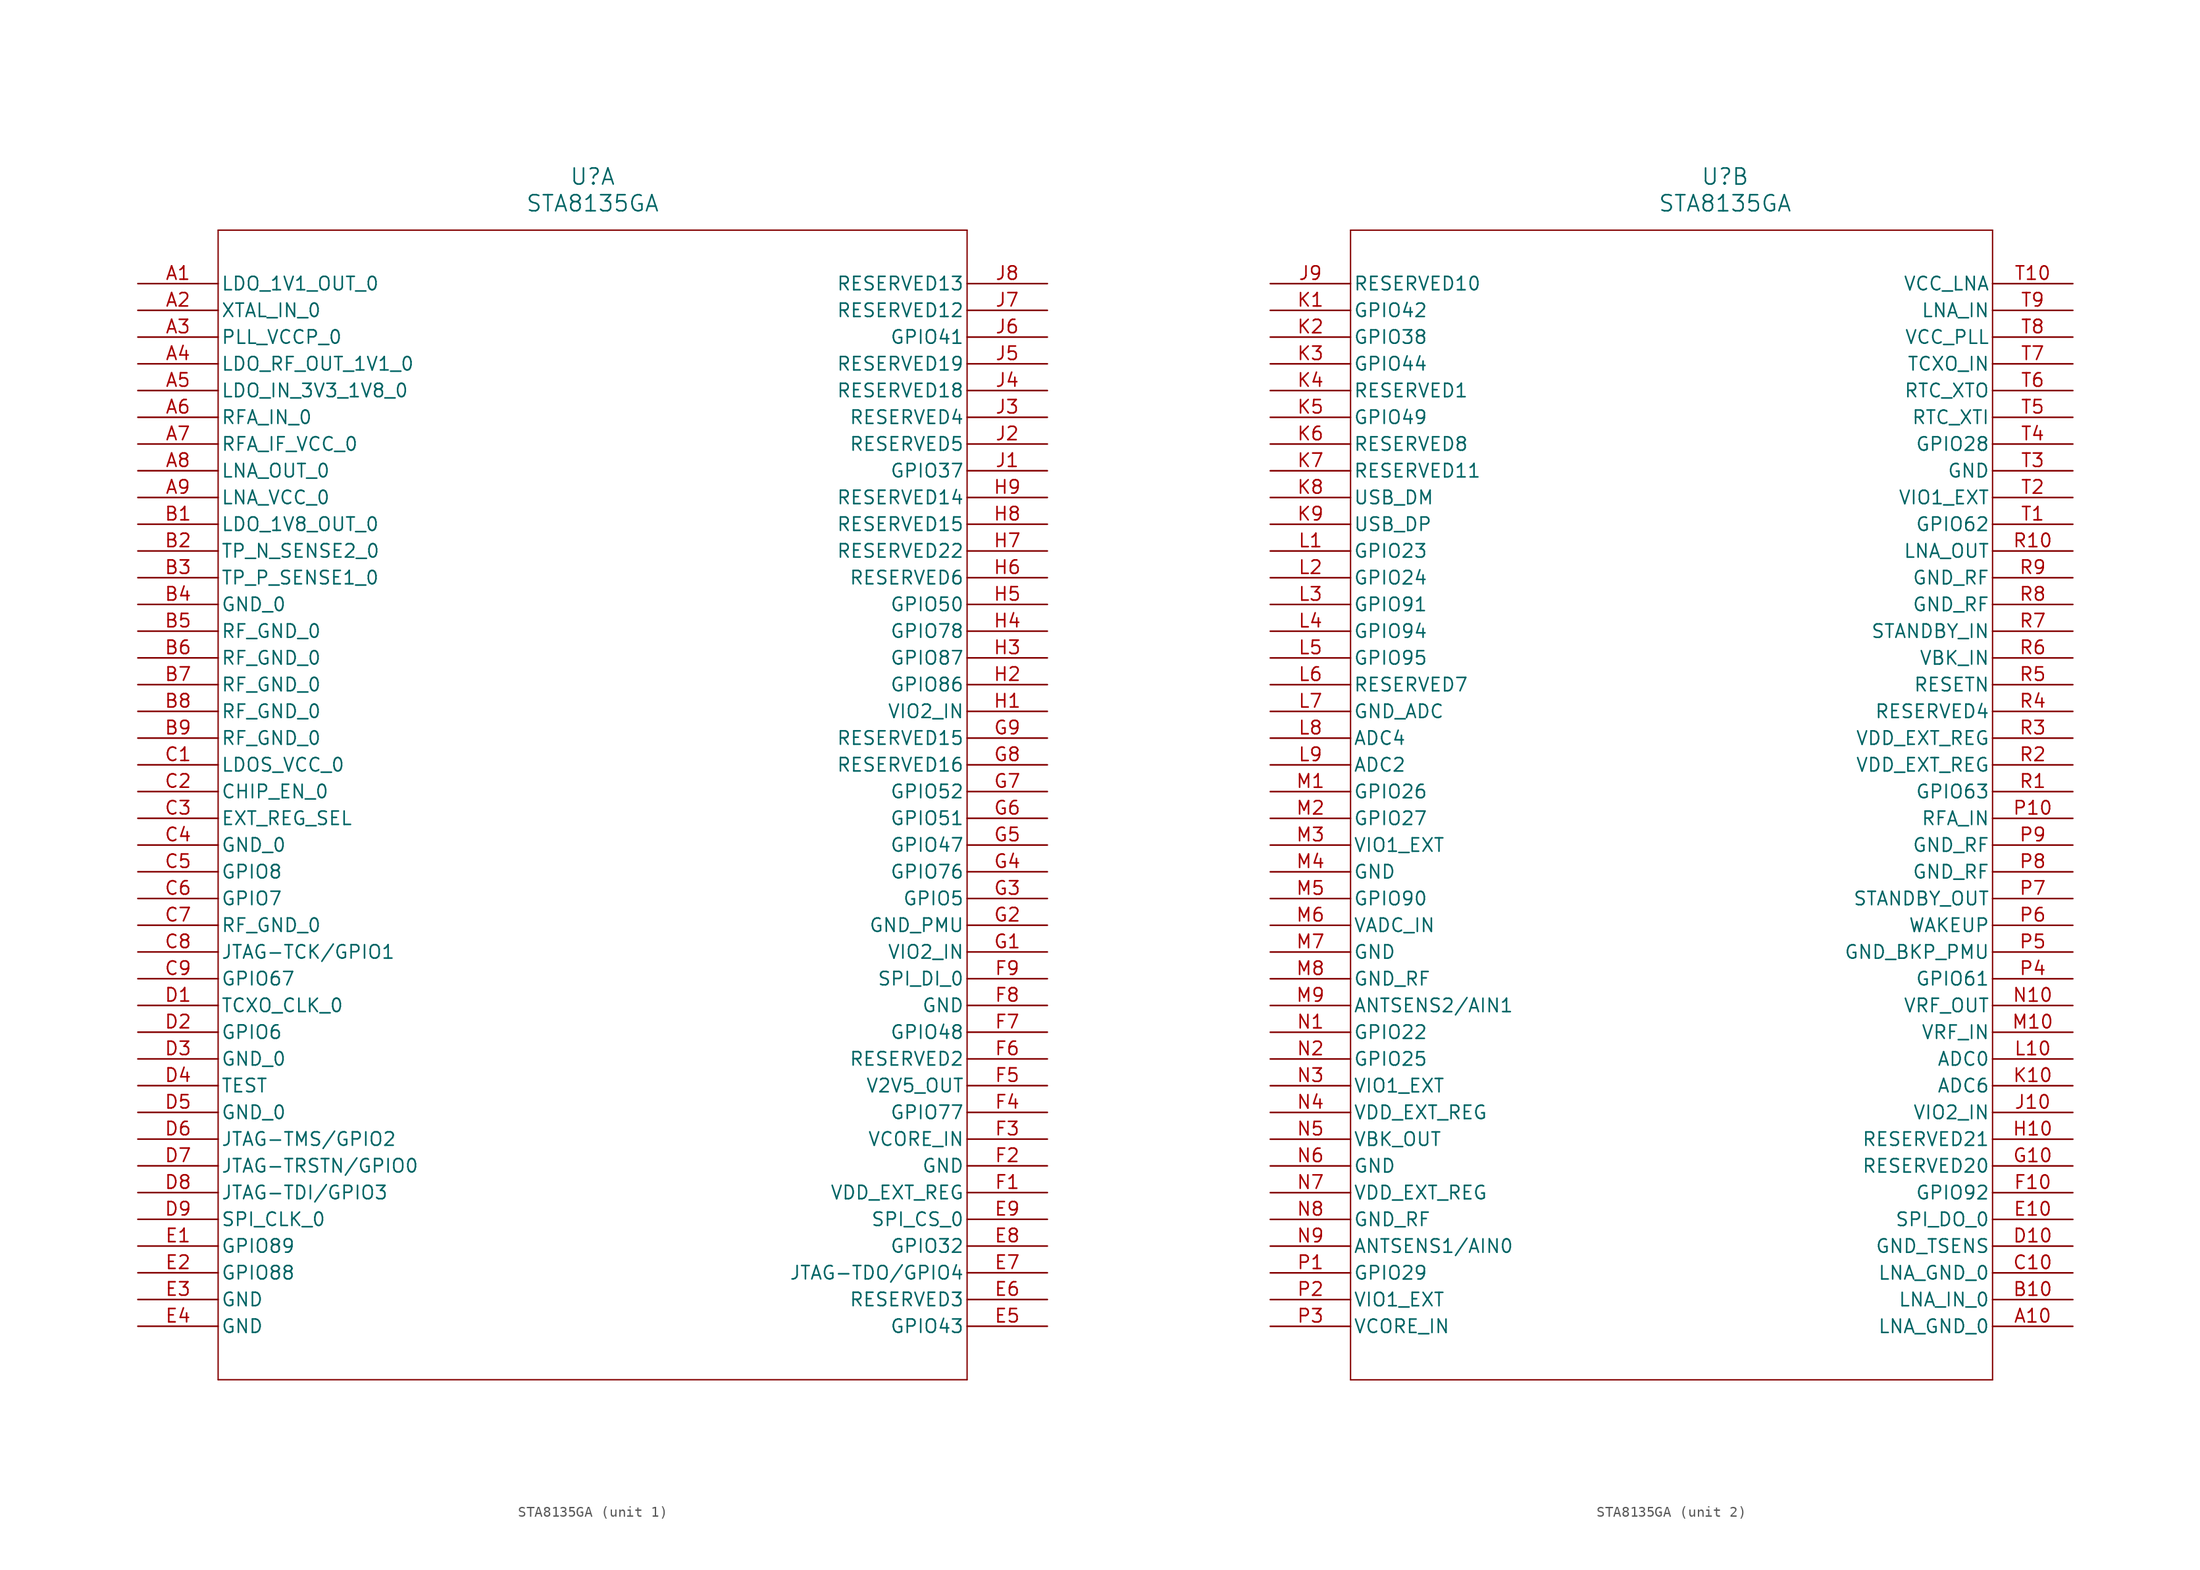
<source format=kicad_sym>
(kicad_symbol_lib
  (version 20211014)
  (generator kicad_symbol_editor)
  (symbol "STA8135GA"
    (pin_names
      (offset 0.254))
    (property "Reference" "U"
      (at 43.18 10.16 0)
      (effects (font (size 1.524 1.524))))
    (property "Value" "STA8135GA"
      (at 43.18 7.62 0)
      (effects (font (size 1.524 1.524))))
    (symbol "STA8135GA_1_1"
      (polyline (pts (xy 7.62 5.08) (xy 7.62 -104.14)) (stroke (width 0.127) (type default) (color 0 0 0 0)) (fill (type none)))
      (polyline (pts (xy 7.62 -104.14) (xy 78.74 -104.14)) (stroke (width 0.127) (type default) (color 0 0 0 0)) (fill (type none)))
      (polyline (pts (xy 78.74 -104.14) (xy 78.74 5.08)) (stroke (width 0.127) (type default) (color 0 0 0 0)) (fill (type none)))
      (polyline (pts (xy 78.74 5.08) (xy 7.62 5.08)) (stroke (width 0.127) (type default) (color 0 0 0 0)) (fill (type none)))
      (pin output line (at 0 0 0) (length 7.62) (name "LDO_1V1_OUT_0" (effects (font (size 1.27 1.27)))) (number "A1" (effects (font (size 1.27 1.27)))))
      (pin input line (at 0 -2.54 0) (length 7.62) (name "XTAL_IN_0" (effects (font (size 1.27 1.27)))) (number "A2" (effects (font (size 1.27 1.27)))))
      (pin power_in line (at 0 -5.08 0) (length 7.62) (name "PLL_VCCP_0" (effects (font (size 1.27 1.27)))) (number "A3" (effects (font (size 1.27 1.27)))))
      (pin output line (at 0 -7.62 0) (length 7.62) (name "LDO_RF_OUT_1V1_0" (effects (font (size 1.27 1.27)))) (number "A4" (effects (font (size 1.27 1.27)))))
      (pin power_in line (at 0 -10.16 0) (length 7.62) (name "LDO_IN_3V3_1V8_0" (effects (font (size 1.27 1.27)))) (number "A5" (effects (font (size 1.27 1.27)))))
      (pin input line (at 0 -12.7 0) (length 7.62) (name "RFA_IN_0" (effects (font (size 1.27 1.27)))) (number "A6" (effects (font (size 1.27 1.27)))))
      (pin power_in line (at 0 -15.24 0) (length 7.62) (name "RFA_IF_VCC_0" (effects (font (size 1.27 1.27)))) (number "A7" (effects (font (size 1.27 1.27)))))
      (pin output line (at 0 -17.78 0) (length 7.62) (name "LNA_OUT_0" (effects (font (size 1.27 1.27)))) (number "A8" (effects (font (size 1.27 1.27)))))
      (pin power_in line (at 0 -20.32 0) (length 7.62) (name "LNA_VCC_0" (effects (font (size 1.27 1.27)))) (number "A9" (effects (font (size 1.27 1.27)))))
      (pin power_in line (at 0 -22.86 0) (length 7.62) (name "LDO_1V8_OUT_0" (effects (font (size 1.27 1.27)))) (number "B1" (effects (font (size 1.27 1.27)))))
      (pin input line (at 0 -25.4 0) (length 7.62) (name "TP_N_SENSE2_0" (effects (font (size 1.27 1.27)))) (number "B2" (effects (font (size 1.27 1.27)))))
      (pin input line (at 0 -27.94 0) (length 7.62) (name "TP_P_SENSE1_0" (effects (font (size 1.27 1.27)))) (number "B3" (effects (font (size 1.27 1.27)))))
      (pin power_out line (at 0 -30.48 0) (length 7.62) (name "GND_0" (effects (font (size 1.27 1.27)))) (number "B4" (effects (font (size 1.27 1.27)))))
      (pin power_out line (at 0 -33.02 0) (length 7.62) (name "RF_GND_0" (effects (font (size 1.27 1.27)))) (number "B5" (effects (font (size 1.27 1.27)))))
      (pin power_out line (at 0 -35.56 0) (length 7.62) (name "RF_GND_0" (effects (font (size 1.27 1.27)))) (number "B6" (effects (font (size 1.27 1.27)))))
      (pin power_out line (at 0 -38.1 0) (length 7.62) (name "RF_GND_0" (effects (font (size 1.27 1.27)))) (number "B7" (effects (font (size 1.27 1.27)))))
      (pin power_out line (at 0 -40.64 0) (length 7.62) (name "RF_GND_0" (effects (font (size 1.27 1.27)))) (number "B8" (effects (font (size 1.27 1.27)))))
      (pin power_out line (at 0 -43.18 0) (length 7.62) (name "RF_GND_0" (effects (font (size 1.27 1.27)))) (number "B9" (effects (font (size 1.27 1.27)))))
      (pin power_in line (at 0 -45.72 0) (length 7.62) (name "LDOS_VCC_0" (effects (font (size 1.27 1.27)))) (number "C1" (effects (font (size 1.27 1.27)))))
      (pin unspecified line (at 0 -48.26 0) (length 7.62) (name "CHIP_EN_0" (effects (font (size 1.27 1.27)))) (number "C2" (effects (font (size 1.27 1.27)))))
      (pin input line (at 0 -50.8 0) (length 7.62) (name "EXT_REG_SEL" (effects (font (size 1.27 1.27)))) (number "C3" (effects (font (size 1.27 1.27)))))
      (pin power_out line (at 0 -53.34 0) (length 7.62) (name "GND_0" (effects (font (size 1.27 1.27)))) (number "C4" (effects (font (size 1.27 1.27)))))
      (pin bidirectional line (at 0 -55.88 0) (length 7.62) (name "GPIO8" (effects (font (size 1.27 1.27)))) (number "C5" (effects (font (size 1.27 1.27)))))
      (pin bidirectional line (at 0 -58.42 0) (length 7.62) (name "GPIO7" (effects (font (size 1.27 1.27)))) (number "C6" (effects (font (size 1.27 1.27)))))
      (pin power_out line (at 0 -60.96 0) (length 7.62) (name "RF_GND_0" (effects (font (size 1.27 1.27)))) (number "C7" (effects (font (size 1.27 1.27)))))
      (pin bidirectional line (at 0 -63.5 0) (length 7.62) (name "JTAG-TCK/GPIO1" (effects (font (size 1.27 1.27)))) (number "C8" (effects (font (size 1.27 1.27)))))
      (pin bidirectional line (at 0 -66.04 0) (length 7.62) (name "GPIO67" (effects (font (size 1.27 1.27)))) (number "C9" (effects (font (size 1.27 1.27)))))
      (pin input line (at 0 -68.58 0) (length 7.62) (name "TCXO_CLK_0" (effects (font (size 1.27 1.27)))) (number "D1" (effects (font (size 1.27 1.27)))))
      (pin bidirectional line (at 0 -71.12 0) (length 7.62) (name "GPIO6" (effects (font (size 1.27 1.27)))) (number "D2" (effects (font (size 1.27 1.27)))))
      (pin power_out line (at 0 -73.66 0) (length 7.62) (name "GND_0" (effects (font (size 1.27 1.27)))) (number "D3" (effects (font (size 1.27 1.27)))))
      (pin input line (at 0 -76.2 0) (length 7.62) (name "TEST" (effects (font (size 1.27 1.27)))) (number "D4" (effects (font (size 1.27 1.27)))))
      (pin power_out line (at 0 -78.74 0) (length 7.62) (name "GND_0" (effects (font (size 1.27 1.27)))) (number "D5" (effects (font (size 1.27 1.27)))))
      (pin bidirectional line (at 0 -81.28 0) (length 7.62) (name "JTAG-TMS/GPIO2" (effects (font (size 1.27 1.27)))) (number "D6" (effects (font (size 1.27 1.27)))))
      (pin bidirectional line (at 0 -83.82 0) (length 7.62) (name "JTAG-TRSTN/GPIO0" (effects (font (size 1.27 1.27)))) (number "D7" (effects (font (size 1.27 1.27)))))
      (pin bidirectional line (at 0 -86.36 0) (length 7.62) (name "JTAG-TDI/GPIO3" (effects (font (size 1.27 1.27)))) (number "D8" (effects (font (size 1.27 1.27)))))
      (pin bidirectional line (at 0 -88.9 0) (length 7.62) (name "SPI_CLK_0" (effects (font (size 1.27 1.27)))) (number "D9" (effects (font (size 1.27 1.27)))))
      (pin bidirectional line (at 0 -91.44 0) (length 7.62) (name "GPIO89" (effects (font (size 1.27 1.27)))) (number "E1" (effects (font (size 1.27 1.27)))))
      (pin bidirectional line (at 0 -93.98 0) (length 7.62) (name "GPIO88" (effects (font (size 1.27 1.27)))) (number "E2" (effects (font (size 1.27 1.27)))))
      (pin power_out line (at 0 -96.52 0) (length 7.62) (name "GND" (effects (font (size 1.27 1.27)))) (number "E3" (effects (font (size 1.27 1.27)))))
      (pin power_out line (at 0 -99.06 0) (length 7.62) (name "GND" (effects (font (size 1.27 1.27)))) (number "E4" (effects (font (size 1.27 1.27)))))
      (pin bidirectional line (at 86.36 -99.06 180) (length 7.62) (name "GPIO43" (effects (font (size 1.27 1.27)))) (number "E5" (effects (font (size 1.27 1.27)))))
      (pin bidirectional line (at 86.36 -96.52 180) (length 7.62) (name "RESERVED3" (effects (font (size 1.27 1.27)))) (number "E6" (effects (font (size 1.27 1.27)))))
      (pin bidirectional line (at 86.36 -93.98 180) (length 7.62) (name "JTAG-TDO/GPIO4" (effects (font (size 1.27 1.27)))) (number "E7" (effects (font (size 1.27 1.27)))))
      (pin bidirectional line (at 86.36 -91.44 180) (length 7.62) (name "GPIO32" (effects (font (size 1.27 1.27)))) (number "E8" (effects (font (size 1.27 1.27)))))
      (pin bidirectional line (at 86.36 -88.9 180) (length 7.62) (name "SPI_CS_0" (effects (font (size 1.27 1.27)))) (number "E9" (effects (font (size 1.27 1.27)))))
      (pin output line (at 86.36 -86.36 180) (length 7.62) (name "VDD_EXT_REG" (effects (font (size 1.27 1.27)))) (number "F1" (effects (font (size 1.27 1.27)))))
      (pin power_out line (at 86.36 -83.82 180) (length 7.62) (name "GND" (effects (font (size 1.27 1.27)))) (number "F2" (effects (font (size 1.27 1.27)))))
      (pin power_in line (at 86.36 -81.28 180) (length 7.62) (name "VCORE_IN" (effects (font (size 1.27 1.27)))) (number "F3" (effects (font (size 1.27 1.27)))))
      (pin bidirectional line (at 86.36 -78.74 180) (length 7.62) (name "GPIO77" (effects (font (size 1.27 1.27)))) (number "F4" (effects (font (size 1.27 1.27)))))
      (pin power_in line (at 86.36 -76.2 180) (length 7.62) (name "V2V5_OUT" (effects (font (size 1.27 1.27)))) (number "F5" (effects (font (size 1.27 1.27)))))
      (pin input line (at 86.36 -73.66 180) (length 7.62) (name "RESERVED2" (effects (font (size 1.27 1.27)))) (number "F6" (effects (font (size 1.27 1.27)))))
      (pin bidirectional line (at 86.36 -71.12 180) (length 7.62) (name "GPIO48" (effects (font (size 1.27 1.27)))) (number "F7" (effects (font (size 1.27 1.27)))))
      (pin power_out line (at 86.36 -68.58 180) (length 7.62) (name "GND" (effects (font (size 1.27 1.27)))) (number "F8" (effects (font (size 1.27 1.27)))))
      (pin bidirectional line (at 86.36 -66.04 180) (length 7.62) (name "SPI_DI_0" (effects (font (size 1.27 1.27)))) (number "F9" (effects (font (size 1.27 1.27)))))
      (pin power_in line (at 86.36 -63.5 180) (length 7.62) (name "VIO2_IN" (effects (font (size 1.27 1.27)))) (number "G1" (effects (font (size 1.27 1.27)))))
      (pin power_out line (at 86.36 -60.96 180) (length 7.62) (name "GND_PMU" (effects (font (size 1.27 1.27)))) (number "G2" (effects (font (size 1.27 1.27)))))
      (pin bidirectional line (at 86.36 -58.42 180) (length 7.62) (name "GPIO5" (effects (font (size 1.27 1.27)))) (number "G3" (effects (font (size 1.27 1.27)))))
      (pin bidirectional line (at 86.36 -55.88 180) (length 7.62) (name "GPIO76" (effects (font (size 1.27 1.27)))) (number "G4" (effects (font (size 1.27 1.27)))))
      (pin bidirectional line (at 86.36 -53.34 180) (length 7.62) (name "GPIO47" (effects (font (size 1.27 1.27)))) (number "G5" (effects (font (size 1.27 1.27)))))
      (pin bidirectional line (at 86.36 -50.8 180) (length 7.62) (name "GPIO51" (effects (font (size 1.27 1.27)))) (number "G6" (effects (font (size 1.27 1.27)))))
      (pin bidirectional line (at 86.36 -48.26 180) (length 7.62) (name "GPIO52" (effects (font (size 1.27 1.27)))) (number "G7" (effects (font (size 1.27 1.27)))))
      (pin unspecified line (at 86.36 -45.72 180) (length 7.62) (name "RESERVED16" (effects (font (size 1.27 1.27)))) (number "G8" (effects (font (size 1.27 1.27)))))
      (pin unspecified line (at 86.36 -43.18 180) (length 7.62) (name "RESERVED15" (effects (font (size 1.27 1.27)))) (number "G9" (effects (font (size 1.27 1.27)))))
      (pin power_in line (at 86.36 -40.64 180) (length 7.62) (name "VIO2_IN" (effects (font (size 1.27 1.27)))) (number "H1" (effects (font (size 1.27 1.27)))))
      (pin bidirectional line (at 86.36 -38.1 180) (length 7.62) (name "GPIO86" (effects (font (size 1.27 1.27)))) (number "H2" (effects (font (size 1.27 1.27)))))
      (pin bidirectional line (at 86.36 -35.56 180) (length 7.62) (name "GPIO87" (effects (font (size 1.27 1.27)))) (number "H3" (effects (font (size 1.27 1.27)))))
      (pin bidirectional line (at 86.36 -33.02 180) (length 7.62) (name "GPIO78" (effects (font (size 1.27 1.27)))) (number "H4" (effects (font (size 1.27 1.27)))))
      (pin bidirectional line (at 86.36 -30.48 180) (length 7.62) (name "GPIO50" (effects (font (size 1.27 1.27)))) (number "H5" (effects (font (size 1.27 1.27)))))
      (pin input line (at 86.36 -27.94 180) (length 7.62) (name "RESERVED6" (effects (font (size 1.27 1.27)))) (number "H6" (effects (font (size 1.27 1.27)))))
      (pin output line (at 86.36 -25.4 180) (length 7.62) (name "RESERVED22" (effects (font (size 1.27 1.27)))) (number "H7" (effects (font (size 1.27 1.27)))))
      (pin bidirectional line (at 86.36 -22.86 180) (length 7.62) (name "RESERVED15" (effects (font (size 1.27 1.27)))) (number "H8" (effects (font (size 1.27 1.27)))))
      (pin bidirectional line (at 86.36 -20.32 180) (length 7.62) (name "RESERVED14" (effects (font (size 1.27 1.27)))) (number "H9" (effects (font (size 1.27 1.27)))))
      (pin bidirectional line (at 86.36 -17.78 180) (length 7.62) (name "GPIO37" (effects (font (size 1.27 1.27)))) (number "J1" (effects (font (size 1.27 1.27)))))
      (pin input line (at 86.36 -15.24 180) (length 7.62) (name "RESERVED5" (effects (font (size 1.27 1.27)))) (number "J2" (effects (font (size 1.27 1.27)))))
      (pin input line (at 86.36 -12.7 180) (length 7.62) (name "RESERVED4" (effects (font (size 1.27 1.27)))) (number "J3" (effects (font (size 1.27 1.27)))))
      (pin output line (at 86.36 -10.16 180) (length 7.62) (name "RESERVED18" (effects (font (size 1.27 1.27)))) (number "J4" (effects (font (size 1.27 1.27)))))
      (pin output line (at 86.36 -7.62 180) (length 7.62) (name "RESERVED19" (effects (font (size 1.27 1.27)))) (number "J5" (effects (font (size 1.27 1.27)))))
      (pin bidirectional line (at 86.36 -5.08 180) (length 7.62) (name "GPIO41" (effects (font (size 1.27 1.27)))) (number "J6" (effects (font (size 1.27 1.27)))))
      (pin bidirectional line (at 86.36 -2.54 180) (length 7.62) (name "RESERVED12" (effects (font (size 1.27 1.27)))) (number "J7" (effects (font (size 1.27 1.27)))))
      (pin bidirectional line (at 86.36 0 180) (length 7.62) (name "RESERVED13" (effects (font (size 1.27 1.27)))) (number "J8" (effects (font (size 1.27 1.27))))))
    (symbol "STA8135GA_2_1"
      (polyline (pts (xy 7.62 5.08) (xy 7.62 -104.14)) (stroke (width 0.127) (type default) (color 0 0 0 0)) (fill (type none)))
      (polyline (pts (xy 7.62 -104.14) (xy 68.58 -104.14)) (stroke (width 0.127) (type default) (color 0 0 0 0)) (fill (type none)))
      (polyline (pts (xy 68.58 -104.14) (xy 68.58 5.08)) (stroke (width 0.127) (type default) (color 0 0 0 0)) (fill (type none)))
      (polyline (pts (xy 68.58 5.08) (xy 7.62 5.08)) (stroke (width 0.127) (type default) (color 0 0 0 0)) (fill (type none)))
      (pin power_out line (at 76.2 -99.06 180) (length 7.62) (name "LNA_GND_0" (effects (font (size 1.27 1.27)))) (number "A10" (effects (font (size 1.27 1.27)))))
      (pin input line (at 76.2 -96.52 180) (length 7.62) (name "LNA_IN_0" (effects (font (size 1.27 1.27)))) (number "B10" (effects (font (size 1.27 1.27)))))
      (pin power_out line (at 76.2 -93.98 180) (length 7.62) (name "LNA_GND_0" (effects (font (size 1.27 1.27)))) (number "C10" (effects (font (size 1.27 1.27)))))
      (pin power_out line (at 76.2 -91.44 180) (length 7.62) (name "GND_TSENS" (effects (font (size 1.27 1.27)))) (number "D10" (effects (font (size 1.27 1.27)))))
      (pin bidirectional line (at 76.2 -88.9 180) (length 7.62) (name "SPI_DO_0" (effects (font (size 1.27 1.27)))) (number "E10" (effects (font (size 1.27 1.27)))))
      (pin bidirectional line (at 76.2 -86.36 180) (length 7.62) (name "GPIO92" (effects (font (size 1.27 1.27)))) (number "F10" (effects (font (size 1.27 1.27)))))
      (pin unspecified line (at 76.2 -83.82 180) (length 7.62) (name "RESERVED20" (effects (font (size 1.27 1.27)))) (number "G10" (effects (font (size 1.27 1.27)))))
      (pin unspecified line (at 76.2 -81.28 180) (length 7.62) (name "RESERVED21" (effects (font (size 1.27 1.27)))) (number "H10" (effects (font (size 1.27 1.27)))))
      (pin bidirectional line (at 0 0 0) (length 7.62) (name "RESERVED10" (effects (font (size 1.27 1.27)))) (number "J9" (effects (font (size 1.27 1.27)))))
      (pin power_in line (at 76.2 -78.74 180) (length 7.62) (name "VIO2_IN" (effects (font (size 1.27 1.27)))) (number "J10" (effects (font (size 1.27 1.27)))))
      (pin bidirectional line (at 0 -2.54 0) (length 7.62) (name "GPIO42" (effects (font (size 1.27 1.27)))) (number "K1" (effects (font (size 1.27 1.27)))))
      (pin bidirectional line (at 0 -5.08 0) (length 7.62) (name "GPIO38" (effects (font (size 1.27 1.27)))) (number "K2" (effects (font (size 1.27 1.27)))))
      (pin bidirectional line (at 0 -7.62 0) (length 7.62) (name "GPIO44" (effects (font (size 1.27 1.27)))) (number "K3" (effects (font (size 1.27 1.27)))))
      (pin input line (at 0 -10.16 0) (length 7.62) (name "RESERVED1" (effects (font (size 1.27 1.27)))) (number "K4" (effects (font (size 1.27 1.27)))))
      (pin bidirectional line (at 0 -12.7 0) (length 7.62) (name "GPIO49" (effects (font (size 1.27 1.27)))) (number "K5" (effects (font (size 1.27 1.27)))))
      (pin input line (at 0 -15.24 0) (length 7.62) (name "RESERVED8" (effects (font (size 1.27 1.27)))) (number "K6" (effects (font (size 1.27 1.27)))))
      (pin bidirectional line (at 0 -17.78 0) (length 7.62) (name "RESERVED11" (effects (font (size 1.27 1.27)))) (number "K7" (effects (font (size 1.27 1.27)))))
      (pin bidirectional line (at 0 -20.32 0) (length 7.62) (name "USB_DM" (effects (font (size 1.27 1.27)))) (number "K8" (effects (font (size 1.27 1.27)))))
      (pin bidirectional line (at 0 -22.86 0) (length 7.62) (name "USB_DP" (effects (font (size 1.27 1.27)))) (number "K9" (effects (font (size 1.27 1.27)))))
      (pin input line (at 76.2 -76.2 180) (length 7.62) (name "ADC6" (effects (font (size 1.27 1.27)))) (number "K10" (effects (font (size 1.27 1.27)))))
      (pin bidirectional line (at 0 -25.4 0) (length 7.62) (name "GPIO23" (effects (font (size 1.27 1.27)))) (number "L1" (effects (font (size 1.27 1.27)))))
      (pin bidirectional line (at 0 -27.94 0) (length 7.62) (name "GPIO24" (effects (font (size 1.27 1.27)))) (number "L2" (effects (font (size 1.27 1.27)))))
      (pin bidirectional line (at 0 -30.48 0) (length 7.62) (name "GPIO91" (effects (font (size 1.27 1.27)))) (number "L3" (effects (font (size 1.27 1.27)))))
      (pin bidirectional line (at 0 -33.02 0) (length 7.62) (name "GPIO94" (effects (font (size 1.27 1.27)))) (number "L4" (effects (font (size 1.27 1.27)))))
      (pin bidirectional line (at 0 -35.56 0) (length 7.62) (name "GPIO95" (effects (font (size 1.27 1.27)))) (number "L5" (effects (font (size 1.27 1.27)))))
      (pin input line (at 0 -38.1 0) (length 7.62) (name "RESERVED7" (effects (font (size 1.27 1.27)))) (number "L6" (effects (font (size 1.27 1.27)))))
      (pin power_out line (at 0 -40.64 0) (length 7.62) (name "GND_ADC" (effects (font (size 1.27 1.27)))) (number "L7" (effects (font (size 1.27 1.27)))))
      (pin input line (at 0 -43.18 0) (length 7.62) (name "ADC4" (effects (font (size 1.27 1.27)))) (number "L8" (effects (font (size 1.27 1.27)))))
      (pin input line (at 0 -45.72 0) (length 7.62) (name "ADC2" (effects (font (size 1.27 1.27)))) (number "L9" (effects (font (size 1.27 1.27)))))
      (pin input line (at 76.2 -73.66 180) (length 7.62) (name "ADC0" (effects (font (size 1.27 1.27)))) (number "L10" (effects (font (size 1.27 1.27)))))
      (pin bidirectional line (at 0 -48.26 0) (length 7.62) (name "GPIO26" (effects (font (size 1.27 1.27)))) (number "M1" (effects (font (size 1.27 1.27)))))
      (pin bidirectional line (at 0 -50.8 0) (length 7.62) (name "GPIO27" (effects (font (size 1.27 1.27)))) (number "M2" (effects (font (size 1.27 1.27)))))
      (pin bidirectional line (at 0 -53.34 0) (length 7.62) (name "VIO1_EXT" (effects (font (size 1.27 1.27)))) (number "M3" (effects (font (size 1.27 1.27)))))
      (pin power_out line (at 0 -55.88 0) (length 7.62) (name "GND" (effects (font (size 1.27 1.27)))) (number "M4" (effects (font (size 1.27 1.27)))))
      (pin bidirectional line (at 0 -58.42 0) (length 7.62) (name "GPIO90" (effects (font (size 1.27 1.27)))) (number "M5" (effects (font (size 1.27 1.27)))))
      (pin input line (at 0 -60.96 0) (length 7.62) (name "VADC_IN" (effects (font (size 1.27 1.27)))) (number "M6" (effects (font (size 1.27 1.27)))))
      (pin power_out line (at 0 -63.5 0) (length 7.62) (name "GND" (effects (font (size 1.27 1.27)))) (number "M7" (effects (font (size 1.27 1.27)))))
      (pin power_out line (at 0 -66.04 0) (length 7.62) (name "GND_RF" (effects (font (size 1.27 1.27)))) (number "M8" (effects (font (size 1.27 1.27)))))
      (pin input line (at 0 -68.58 0) (length 7.62) (name "ANTSENS2/AIN1" (effects (font (size 1.27 1.27)))) (number "M9" (effects (font (size 1.27 1.27)))))
      (pin power_in line (at 76.2 -71.12 180) (length 7.62) (name "VRF_IN" (effects (font (size 1.27 1.27)))) (number "M10" (effects (font (size 1.27 1.27)))))
      (pin bidirectional line (at 0 -71.12 0) (length 7.62) (name "GPIO22" (effects (font (size 1.27 1.27)))) (number "N1" (effects (font (size 1.27 1.27)))))
      (pin bidirectional line (at 0 -73.66 0) (length 7.62) (name "GPIO25" (effects (font (size 1.27 1.27)))) (number "N2" (effects (font (size 1.27 1.27)))))
      (pin bidirectional line (at 0 -76.2 0) (length 7.62) (name "VIO1_EXT" (effects (font (size 1.27 1.27)))) (number "N3" (effects (font (size 1.27 1.27)))))
      (pin output line (at 0 -78.74 0) (length 7.62) (name "VDD_EXT_REG" (effects (font (size 1.27 1.27)))) (number "N4" (effects (font (size 1.27 1.27)))))
      (pin power_in line (at 0 -81.28 0) (length 7.62) (name "VBK_OUT" (effects (font (size 1.27 1.27)))) (number "N5" (effects (font (size 1.27 1.27)))))
      (pin power_out line (at 0 -83.82 0) (length 7.62) (name "GND" (effects (font (size 1.27 1.27)))) (number "N6" (effects (font (size 1.27 1.27)))))
      (pin output line (at 0 -86.36 0) (length 7.62) (name "VDD_EXT_REG" (effects (font (size 1.27 1.27)))) (number "N7" (effects (font (size 1.27 1.27)))))
      (pin power_out line (at 0 -88.9 0) (length 7.62) (name "GND_RF" (effects (font (size 1.27 1.27)))) (number "N8" (effects (font (size 1.27 1.27)))))
      (pin input line (at 0 -91.44 0) (length 7.62) (name "ANTSENS1/AIN0" (effects (font (size 1.27 1.27)))) (number "N9" (effects (font (size 1.27 1.27)))))
      (pin output line (at 76.2 -68.58 180) (length 7.62) (name "VRF_OUT" (effects (font (size 1.27 1.27)))) (number "N10" (effects (font (size 1.27 1.27)))))
      (pin bidirectional line (at 0 -93.98 0) (length 7.62) (name "GPIO29" (effects (font (size 1.27 1.27)))) (number "P1" (effects (font (size 1.27 1.27)))))
      (pin bidirectional line (at 0 -96.52 0) (length 7.62) (name "VIO1_EXT" (effects (font (size 1.27 1.27)))) (number "P2" (effects (font (size 1.27 1.27)))))
      (pin power_in line (at 0 -99.06 0) (length 7.62) (name "VCORE_IN" (effects (font (size 1.27 1.27)))) (number "P3" (effects (font (size 1.27 1.27)))))
      (pin bidirectional line (at 76.2 -66.04 180) (length 7.62) (name "GPIO61" (effects (font (size 1.27 1.27)))) (number "P4" (effects (font (size 1.27 1.27)))))
      (pin power_out line (at 76.2 -63.5 180) (length 7.62) (name "GND_BKP_PMU" (effects (font (size 1.27 1.27)))) (number "P5" (effects (font (size 1.27 1.27)))))
      (pin input line (at 76.2 -60.96 180) (length 7.62) (name "WAKEUP" (effects (font (size 1.27 1.27)))) (number "P6" (effects (font (size 1.27 1.27)))))
      (pin output line (at 76.2 -58.42 180) (length 7.62) (name "STANDBY_OUT" (effects (font (size 1.27 1.27)))) (number "P7" (effects (font (size 1.27 1.27)))))
      (pin power_out line (at 76.2 -55.88 180) (length 7.62) (name "GND_RF" (effects (font (size 1.27 1.27)))) (number "P8" (effects (font (size 1.27 1.27)))))
      (pin power_out line (at 76.2 -53.34 180) (length 7.62) (name "GND_RF" (effects (font (size 1.27 1.27)))) (number "P9" (effects (font (size 1.27 1.27)))))
      (pin input line (at 76.2 -50.8 180) (length 7.62) (name "RFA_IN" (effects (font (size 1.27 1.27)))) (number "P10" (effects (font (size 1.27 1.27)))))
      (pin output line (at 76.2 -48.26 180) (length 7.62) (name "GPIO63" (effects (font (size 1.27 1.27)))) (number "R1" (effects (font (size 1.27 1.27)))))
      (pin output line (at 76.2 -45.72 180) (length 7.62) (name "VDD_EXT_REG" (effects (font (size 1.27 1.27)))) (number "R2" (effects (font (size 1.27 1.27)))))
      (pin output line (at 76.2 -43.18 180) (length 7.62) (name "VDD_EXT_REG" (effects (font (size 1.27 1.27)))) (number "R3" (effects (font (size 1.27 1.27)))))
      (pin power_in line (at 76.2 -40.64 180) (length 7.62) (name "RESERVED4" (effects (font (size 1.27 1.27)))) (number "R4" (effects (font (size 1.27 1.27)))))
      (pin input line (at 76.2 -38.1 180) (length 7.62) (name "RESETN" (effects (font (size 1.27 1.27)))) (number "R5" (effects (font (size 1.27 1.27)))))
      (pin output line (at 76.2 -35.56 180) (length 7.62) (name "VBK_IN" (effects (font (size 1.27 1.27)))) (number "R6" (effects (font (size 1.27 1.27)))))
      (pin input line (at 76.2 -33.02 180) (length 7.62) (name "STANDBY_IN" (effects (font (size 1.27 1.27)))) (number "R7" (effects (font (size 1.27 1.27)))))
      (pin power_out line (at 76.2 -30.48 180) (length 7.62) (name "GND_RF" (effects (font (size 1.27 1.27)))) (number "R8" (effects (font (size 1.27 1.27)))))
      (pin power_out line (at 76.2 -27.94 180) (length 7.62) (name "GND_RF" (effects (font (size 1.27 1.27)))) (number "R9" (effects (font (size 1.27 1.27)))))
      (pin output line (at 76.2 -25.4 180) (length 7.62) (name "LNA_OUT" (effects (font (size 1.27 1.27)))) (number "R10" (effects (font (size 1.27 1.27)))))
      (pin bidirectional line (at 76.2 -22.86 180) (length 7.62) (name "GPIO62" (effects (font (size 1.27 1.27)))) (number "T1" (effects (font (size 1.27 1.27)))))
      (pin bidirectional line (at 76.2 -20.32 180) (length 7.62) (name "VIO1_EXT" (effects (font (size 1.27 1.27)))) (number "T2" (effects (font (size 1.27 1.27)))))
      (pin power_out line (at 76.2 -17.78 180) (length 7.62) (name "GND" (effects (font (size 1.27 1.27)))) (number "T3" (effects (font (size 1.27 1.27)))))
      (pin bidirectional line (at 76.2 -15.24 180) (length 7.62) (name "GPIO28" (effects (font (size 1.27 1.27)))) (number "T4" (effects (font (size 1.27 1.27)))))
      (pin input line (at 76.2 -12.7 180) (length 7.62) (name "RTC_XTI" (effects (font (size 1.27 1.27)))) (number "T5" (effects (font (size 1.27 1.27)))))
      (pin output line (at 76.2 -10.16 180) (length 7.62) (name "RTC_XTO" (effects (font (size 1.27 1.27)))) (number "T6" (effects (font (size 1.27 1.27)))))
      (pin input line (at 76.2 -7.62 180) (length 7.62) (name "TCXO_IN" (effects (font (size 1.27 1.27)))) (number "T7" (effects (font (size 1.27 1.27)))))
      (pin power_in line (at 76.2 -5.08 180) (length 7.62) (name "VCC_PLL" (effects (font (size 1.27 1.27)))) (number "T8" (effects (font (size 1.27 1.27)))))
      (pin input line (at 76.2 -2.54 180) (length 7.62) (name "LNA_IN" (effects (font (size 1.27 1.27)))) (number "T9" (effects (font (size 1.27 1.27)))))
      (pin power_in line (at 76.2 0 180) (length 7.62) (name "VCC_LNA" (effects (font (size 1.27 1.27)))) (number "T10" (effects (font (size 1.27 1.27))))))))
</source>
